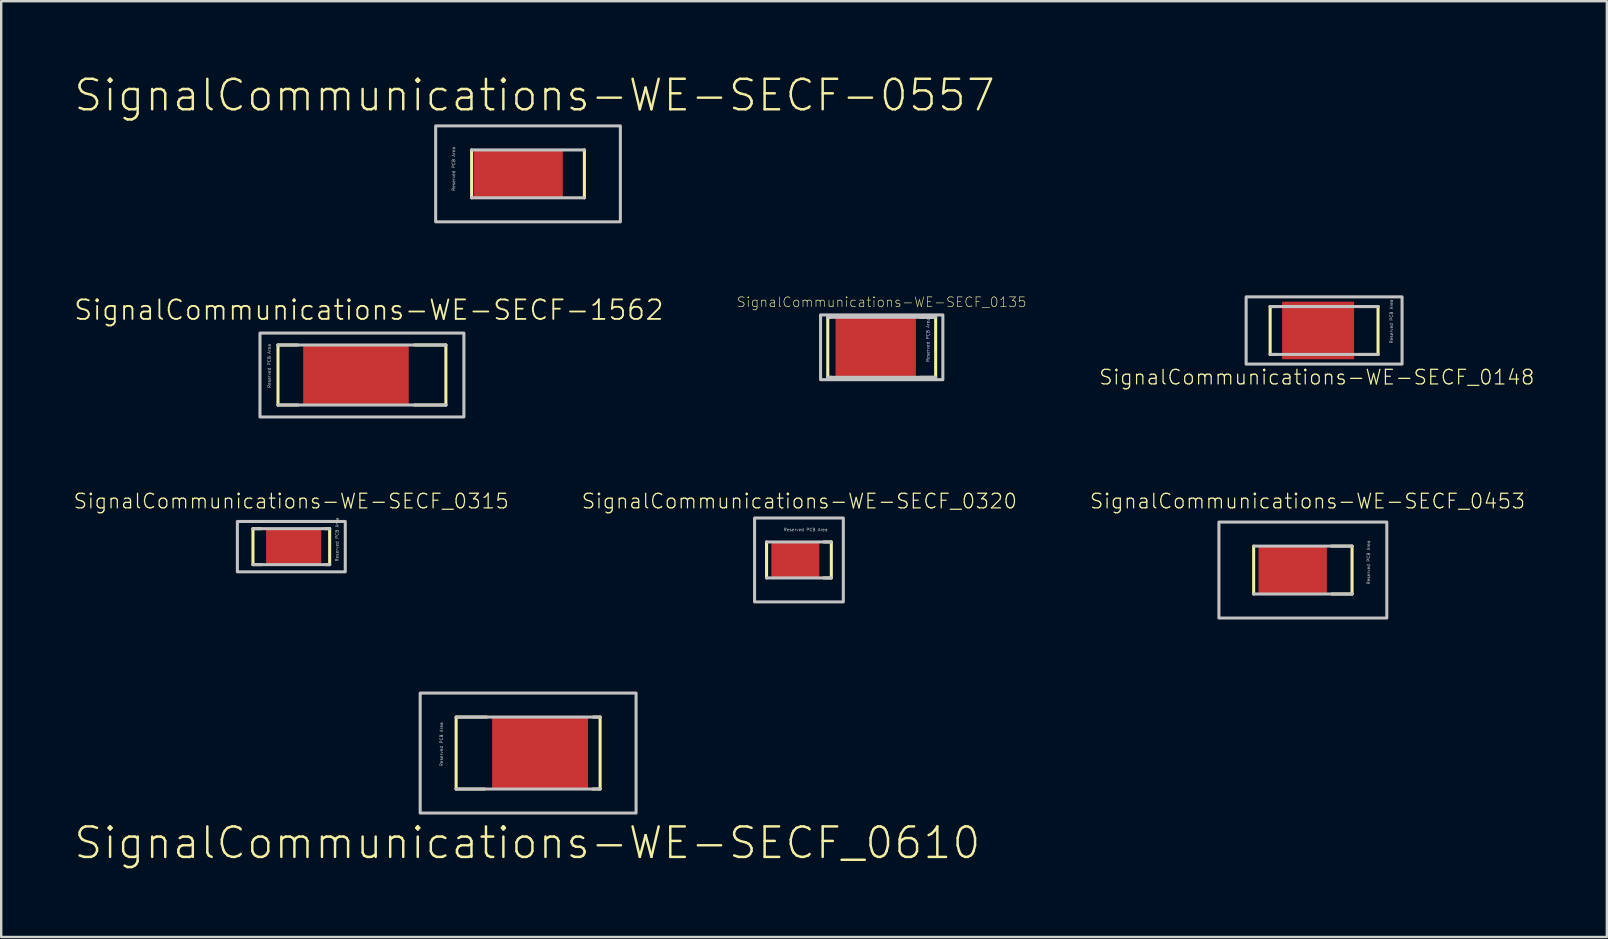
<source format=kicad_pcb>
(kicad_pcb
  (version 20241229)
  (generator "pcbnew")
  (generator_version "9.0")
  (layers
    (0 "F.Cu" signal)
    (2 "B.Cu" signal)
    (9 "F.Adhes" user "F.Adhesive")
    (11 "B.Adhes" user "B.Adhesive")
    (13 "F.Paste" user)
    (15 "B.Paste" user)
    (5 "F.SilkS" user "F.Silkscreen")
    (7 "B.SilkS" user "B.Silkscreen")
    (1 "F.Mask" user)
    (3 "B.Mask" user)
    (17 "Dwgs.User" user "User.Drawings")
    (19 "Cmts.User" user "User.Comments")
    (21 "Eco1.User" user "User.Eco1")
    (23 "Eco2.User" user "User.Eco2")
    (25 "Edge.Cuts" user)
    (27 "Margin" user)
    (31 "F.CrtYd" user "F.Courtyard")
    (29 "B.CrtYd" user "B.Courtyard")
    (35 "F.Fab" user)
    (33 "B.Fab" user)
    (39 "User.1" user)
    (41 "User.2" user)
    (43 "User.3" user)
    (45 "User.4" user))
  (footprint "SignalCommunications-WE-SECF-1562"
    (layer "F.Cu")
    (at 12.032 12.577)
    (property "Reference" "SignalCommunications-WE-SECF-1562" (at 0.29 -2.71 0) (layer "F.SilkS") (effects (font (size 0.813 0.813) (thickness 0.076))))
    (attr smd)
    (fp_line (start -3.498 1.25) (end -3.498 -1.25) (stroke (width 0.127) (type solid)) (layer "F.SilkS"))
    (fp_line (start -2.68 -1.25) (end -3.498 -1.25) (stroke (width 0.127) (type solid)) (layer "F.SilkS"))
    (fp_line (start -2.67 1.25) (end -3.498 1.25) (stroke (width 0.127) (type solid)) (layer "F.SilkS"))
    (fp_line (start 2.189 -1.25) (end 3.498 -1.25) (stroke (width 0.127) (type solid)) (layer "F.SilkS"))
    (fp_line (start 2.189 1.25) (end 3.498 1.25) (stroke (width 0.127) (type solid)) (layer "F.SilkS"))
    (fp_line (start 3.498 -1.25) (end 3.498 1.25) (stroke (width 0.127) (type solid)) (layer "F.SilkS"))
    (fp_line (start -3.498 -1.25) (end 3.498 -1.25) (stroke (width 0.127) (type solid)) (layer "Dwgs.User"))
    (fp_line (start 3.498 1.25) (end -3.498 1.25) (stroke (width 0.127) (type solid)) (layer "Dwgs.User"))
    (fp_poly (pts (xy -4.249 -1.748) (xy 4.249 -1.748) (xy 4.249 1.748) (xy -4.249 1.748) (xy -4.249 -1.798) (xy -4.249 -1.748)) (stroke (width 0.127) (type solid)) (fill no) (layer "Dwgs.User"))
    (fp_text user "Reserved PCB Area" (at -3.863 -0.378 90) (layer "Dwgs.User") (effects (font (size 0.127 0.127) (thickness 0.000001))))
    (pad "1" smd rect (at -0.249 0) (size 4.399 2.499) (layers "F.Cu" "F.Mask" "F.Paste")))
  (footprint "SignalCommunications-WE-SECF_0135"
    (layer "F.Cu")
    (at 33.691 11.422)
    (property "Reference" "SignalCommunications-WE-SECF_0135" (at -0.003 -1.882 0) (layer "F.SilkS") (effects (font (size 0.406 0.406) (thickness 0.025))))
    (attr smd)
    (fp_line (start -2.248 -1.25) (end -2.248 1.25) (stroke (width 0.127) (type solid)) (layer "F.SilkS"))
    (fp_line (start -2.139 -1.25) (end -2.238 -1.25) (stroke (width 0.127) (type solid)) (layer "F.SilkS"))
    (fp_line (start -2.098 1.25) (end -2.248 1.25) (stroke (width 0.127) (type solid)) (layer "F.SilkS"))
    (fp_line (start 1.598 1.25) (end 2.248 1.25) (stroke (width 0.127) (type solid)) (layer "F.SilkS"))
    (fp_line (start 1.618 -1.25) (end 2.248 -1.25) (stroke (width 0.127) (type solid)) (layer "F.SilkS"))
    (fp_line (start 2.248 -1.25) (end 2.248 1.25) (stroke (width 0.127) (type solid)) (layer "F.SilkS"))
    (fp_line (start -2.248 -1.25) (end 2.248 -1.25) (stroke (width 0.127) (type solid)) (layer "Dwgs.User"))
    (fp_line (start 2.248 1.25) (end -2.248 1.25) (stroke (width 0.127) (type solid)) (layer "Dwgs.User"))
    (fp_poly (pts (xy -2.548 -1.349) (xy 2.548 -1.349) (xy 2.548 1.349) (xy -2.548 1.349) (xy -2.548 -1.349)) (stroke (width 0.127) (type solid)) (fill no) (layer "Dwgs.User"))
    (fp_text user "Reserved PCB Area" (at 1.925 -0.307 90) (layer "Dwgs.User") (effects (font (size 0.127 0.127) (thickness 0.000001))))
    (pad "1" smd rect (at -0.249 0) (size 3.348 2.499) (layers "F.Cu" "F.Mask" "F.Paste")))
  (footprint "SignalCommunications-WE-SECF-0557"
    (layer "F.Cu")
    (at 18.952 4.195)
    (property "Reference" "SignalCommunications-WE-SECF-0557" (at 0.274 -3.274 0) (layer "F.SilkS") (effects (font (size 1.27 1.27) (thickness 0.102))))
    (attr smd)
    (fp_line (start -2.349 0.998) (end -2.349 -0.998) (stroke (width 0.127) (type solid)) (layer "F.SilkS"))
    (fp_line (start 2.349 -0.998) (end 2.349 0.998) (stroke (width 0.127) (type solid)) (layer "F.SilkS"))
    (fp_line (start -2.349 -0.998) (end 2.349 -0.998) (stroke (width 0.127) (type solid)) (layer "Dwgs.User"))
    (fp_line (start 2.349 0.998) (end -2.349 0.998) (stroke (width 0.127) (type solid)) (layer "Dwgs.User"))
    (fp_poly (pts (xy -3.848 -1.999) (xy 3.848 -1.999) (xy 3.848 1.999) (xy -3.848 1.999) (xy -3.848 -1.999)) (stroke (width 0.127) (type solid)) (fill no) (layer "Dwgs.User"))
    (fp_text user "Reserved PCB Area" (at -3.101 -0.208 90) (layer "Dwgs.User") (effects (font (size 0.127 0.127) (thickness 0.000001))))
    (pad "1" smd rect (at -0.399 0) (size 3.698 1.999) (layers "F.Cu" "F.Mask" "F.Paste")))
  (footprint "SignalCommunications-WE-SECF_0315"
    (layer "F.Cu")
    (at 9.089 19.729)
    (property "Reference" "SignalCommunications-WE-SECF_0315" (at -0.003 -1.895 0) (layer "F.SilkS") (effects (font (size 0.61 0.61) (thickness 0.051))))
    (attr smd)
    (fp_line (start -1.598 0.749) (end -1.598 -0.749) (stroke (width 0.127) (type solid)) (layer "F.SilkS"))
    (fp_line (start -1.26 -0.749) (end -1.598 -0.749) (stroke (width 0.127) (type solid)) (layer "F.SilkS"))
    (fp_line (start -1.229 0.749) (end -1.598 0.749) (stroke (width 0.127) (type solid)) (layer "F.SilkS"))
    (fp_line (start 1.42 -0.749) (end 1.598 -0.749) (stroke (width 0.127) (type solid)) (layer "F.SilkS"))
    (fp_line (start 1.42 0.749) (end 1.598 0.749) (stroke (width 0.127) (type solid)) (layer "F.SilkS"))
    (fp_line (start 1.598 -0.749) (end 1.598 0.749) (stroke (width 0.127) (type solid)) (layer "F.SilkS"))
    (fp_line (start -1.598 -0.749) (end 1.598 -0.749) (stroke (width 0.127) (type solid)) (layer "Dwgs.User"))
    (fp_line (start -1.598 0.749) (end 1.598 0.749) (stroke (width 0.127) (type solid)) (layer "Dwgs.User"))
    (fp_poly (pts (xy -2.248 -1.049) (xy 2.248 -1.049) (xy 2.248 1.049) (xy -2.248 1.049) (xy -2.248 -1.049)) (stroke (width 0.127) (type solid)) (fill no) (layer "Dwgs.User"))
    (fp_text user "Reserved PCB Area" (at 1.905 -0.297 90) (layer "Dwgs.User") (effects (font (size 0.127 0.127) (thickness 0.000001))))
    (pad "1" smd rect (at 0.099 0) (size 2.299 1.499) (layers "F.Cu" "F.Mask" "F.Paste")))
  (footprint "SignalCommunications-WE-SECF_0148"
    (layer "F.Cu")
    (at 52.125 10.721)
    (property "Reference" "SignalCommunications-WE-SECF_0148" (at -0.305 1.948 0) (layer "F.SilkS") (effects (font (size 0.61 0.61) (thickness 0.051))))
    (attr smd)
    (fp_line (start -2.248 0.998) (end -2.248 -0.998) (stroke (width 0.127) (type solid)) (layer "F.SilkS"))
    (fp_line (start -1.948 -0.998) (end -2.248 -0.998) (stroke (width 0.127) (type solid)) (layer "F.SilkS"))
    (fp_line (start -1.948 0.998) (end -2.248 0.998) (stroke (width 0.127) (type solid)) (layer "F.SilkS"))
    (fp_line (start 1.448 -0.998) (end 2.248 -0.998) (stroke (width 0.127) (type solid)) (layer "F.SilkS"))
    (fp_line (start 1.448 0.998) (end 2.248 0.998) (stroke (width 0.127) (type solid)) (layer "F.SilkS"))
    (fp_line (start 2.248 -0.998) (end 2.248 0.998) (stroke (width 0.127) (type solid)) (layer "F.SilkS"))
    (fp_line (start -2.248 -0.998) (end 2.248 -0.998) (stroke (width 0.127) (type solid)) (layer "Dwgs.User"))
    (fp_line (start 2.248 0.998) (end -2.248 0.998) (stroke (width 0.127) (type solid)) (layer "Dwgs.User"))
    (fp_poly (pts (xy 3.249 -1.4) (xy 3.249 1.4) (xy -3.249 1.4) (xy -3.249 -1.4) (xy 3.249 -1.4)) (stroke (width 0.127) (type solid)) (fill no) (layer "Dwgs.User"))
    (fp_text user "Reserved PCB Area" (at 2.804 -0.378 90) (layer "Dwgs.User") (effects (font (size 0.127 0.127) (thickness 0.000001))))
    (pad "1" smd rect (at -0.249 0) (size 3 2.398) (layers "F.Cu" "F.Mask" "F.Paste")))
  (footprint "SignalCommunications-WE-SECF_0453"
    (layer "F.Cu")
    (at 51.24 20.704)
    (property "Reference" "SignalCommunications-WE-SECF_0453" (at 0.193 -2.87 0) (layer "F.SilkS") (effects (font (size 0.61 0.61) (thickness 0.051))))
    (attr smd)
    (fp_line (start -2.05 0.998) (end -2.05 -0.998) (stroke (width 0.127) (type solid)) (layer "F.SilkS"))
    (fp_line (start 1.189 -0.998) (end 2.05 -0.998) (stroke (width 0.127) (type solid)) (layer "F.SilkS"))
    (fp_line (start 1.209 0.998) (end 2.05 0.998) (stroke (width 0.127) (type solid)) (layer "F.SilkS"))
    (fp_line (start 2.05 -0.998) (end 2.05 0.998) (stroke (width 0.127) (type solid)) (layer "F.SilkS"))
    (fp_line (start -2.05 -0.998) (end 2.05 -0.998) (stroke (width 0.127) (type solid)) (layer "Dwgs.User"))
    (fp_line (start 2.05 0.998) (end -2.05 0.998) (stroke (width 0.127) (type solid)) (layer "Dwgs.User"))
    (fp_poly (pts (xy -3.498 -1.999) (xy 3.498 -1.999) (xy 3.498 1.999) (xy -3.498 1.999) (xy -3.498 -1.999)) (stroke (width 0.127) (type solid)) (fill no) (layer "Dwgs.User"))
    (fp_text user "Reserved PCB Area" (at 2.736 -0.318 90) (layer "Dwgs.User") (effects (font (size 0.127 0.127) (thickness 0.000001))))
    (pad "1" smd rect (at -0.424 0) (size 2.85 1.999) (layers "F.Cu" "F.Mask" "F.Paste")))
  (footprint "SignalCommunications-WE-SECF_0320"
    (layer "F.Cu")
    (at 30.242 20.283)
    (property "Reference" "SignalCommunications-WE-SECF_0320" (at 0.018 -2.449 0) (layer "F.SilkS") (effects (font (size 0.61 0.61) (thickness 0.051))))
    (attr smd)
    (fp_line (start -1.349 0.749) (end -1.349 -0.749) (stroke (width 0.127) (type solid)) (layer "F.SilkS"))
    (fp_line (start 1.029 0.749) (end 1.349 0.749) (stroke (width 0.127) (type solid)) (layer "F.SilkS"))
    (fp_line (start 1.039 -0.749) (end 1.349 -0.749) (stroke (width 0.127) (type solid)) (layer "F.SilkS"))
    (fp_line (start 1.349 0.749) (end 1.349 -0.749) (stroke (width 0.127) (type solid)) (layer "F.SilkS"))
    (fp_line (start -1.349 -0.749) (end 1.349 -0.749) (stroke (width 0.127) (type solid)) (layer "Dwgs.User"))
    (fp_line (start -1.349 0.749) (end 1.349 0.749) (stroke (width 0.127) (type solid)) (layer "Dwgs.User"))
    (fp_poly (pts (xy -1.849 -1.748) (xy 1.849 -1.748) (xy 1.849 1.748) (xy -1.849 1.748) (xy -1.849 -1.748)) (stroke (width 0.127) (type solid)) (fill no) (layer "Dwgs.User"))
    (fp_text user "Reserved PCB Area" (at 0.279 -1.262 0) (layer "Dwgs.User") (effects (font (size 0.127 0.127) (thickness 0.000001))))
    (pad "1" smd rect (at -0.15 0 180) (size 1.999 1.499) (layers "F.Cu" "F.Mask" "F.Paste")))
  (footprint "SignalCommunications-WE-SECF_0610"
    (layer "F.Cu")
    (at 18.957 28.33)
    (property "Reference" "SignalCommunications-WE-SECF_0610" (at -0.033 3.744 0) (layer "F.SilkS") (effects (font (size 1.27 1.27) (thickness 0.102))))
    (attr smd)
    (fp_line (start -3 1.499) (end -3 -1.499) (stroke (width 0.127) (type solid)) (layer "F.SilkS"))
    (fp_line (start -1.819 1.499) (end -3 1.499) (stroke (width 0.127) (type solid)) (layer "F.SilkS"))
    (fp_line (start -1.73 -1.499) (end -3 -1.499) (stroke (width 0.127) (type solid)) (layer "F.SilkS"))
    (fp_line (start 2.69 1.499) (end 3 1.499) (stroke (width 0.127) (type solid)) (layer "F.SilkS"))
    (fp_line (start 2.718 -1.499) (end 3 -1.499) (stroke (width 0.127) (type solid)) (layer "F.SilkS"))
    (fp_line (start 3 -1.499) (end 3 1.499) (stroke (width 0.127) (type solid)) (layer "F.SilkS"))
    (fp_line (start -3 -1.499) (end 3 -1.499) (stroke (width 0.127) (type solid)) (layer "Dwgs.User"))
    (fp_line (start 3 1.499) (end -3 1.499) (stroke (width 0.127) (type solid)) (layer "Dwgs.User"))
    (fp_poly (pts (xy -4.498 -2.499) (xy 4.498 -2.499) (xy 4.498 2.499) (xy -4.498 2.499) (xy -4.498 -2.499)) (stroke (width 0.127) (type solid)) (fill no) (layer "Dwgs.User"))
    (fp_text user "Reserved PCB Area" (at -3.612 -0.368 90) (layer "Dwgs.User") (effects (font (size 0.127 0.127) (thickness 0.000001))))
    (pad "1" smd rect (at 0.498 0) (size 3.998 3) (layers "F.Cu" "F.Mask" "F.Paste")))
  (gr_rect
    (start -3 -3)
    (end 63.907 35.995)
    (stroke (width 0.1) (type default))
    (fill no)
    (layer "Edge.Cuts")))
</source>
